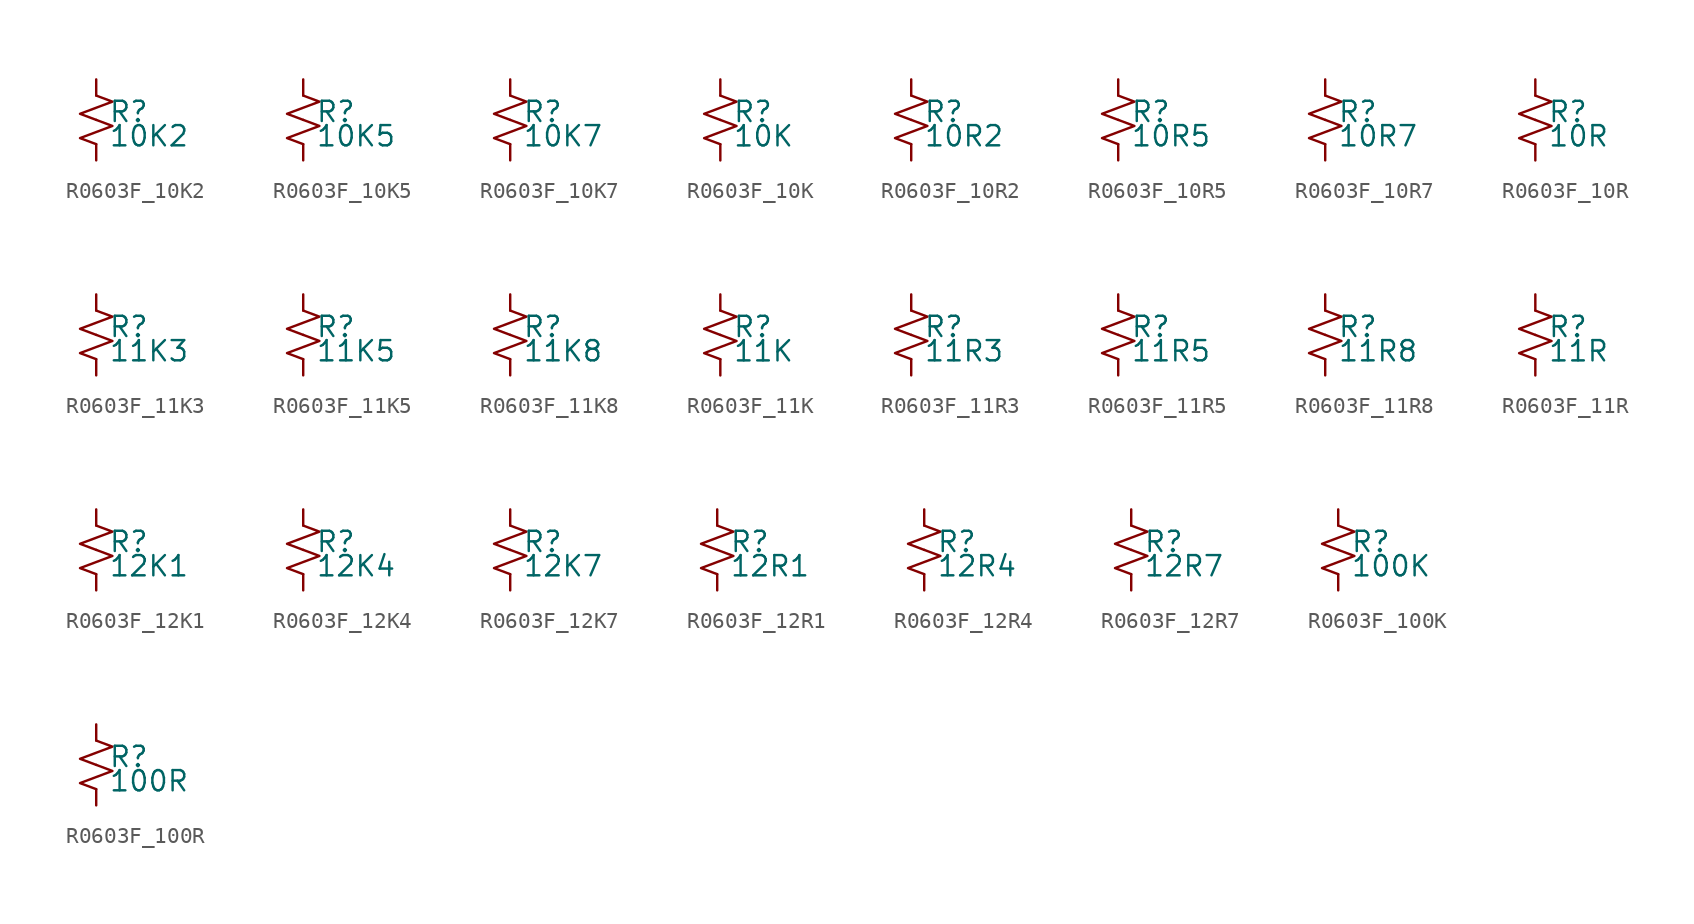
<source format=kicad_sym>
(kicad_symbol_lib
  (version 20220914)
  (generator kicad_symbol_editor)
  (symbol "R0603F_10K2"
    (pin_numbers hide)
    (pin_names
      (offset 0.254) hide)
    (property "Reference" "R"
      (at 0.762 0.508 0)
      (effects (font (size 1.27 1.27)) (justify left)))
    (property "Value" "10K2"
      (at 0.762 -1.016 0)
      (effects (font (size 1.27 1.27)) (justify left)))
    (symbol "R0603F_10K2_1_1"
      (polyline (pts (xy 0 0) (xy 1.016 -0.381) (xy 0 -0.762) (xy -1.016 -1.143) (xy 0 -1.524)) (stroke (width 0) (type default)) (fill (type none)))
      (polyline (pts (xy 0 1.524) (xy 1.016 1.143) (xy 0 0.762) (xy -1.016 0.381) (xy 0 0)) (stroke (width 0) (type default)) (fill (type none)))
      (pin passive line (at 0 2.54 270) (length 1.016) (name "~" (effects (font (size 1.27 1.27)))) (number "1" (effects (font (size 1.27 1.27)))))
      (pin passive line (at 0 -2.54 90) (length 1.016) (name "~" (effects (font (size 1.27 1.27)))) (number "2" (effects (font (size 1.27 1.27)))))))
  (symbol "R0603F_10K5"
    (pin_numbers hide)
    (pin_names
      (offset 0.254) hide)
    (property "Reference" "R"
      (at 0.762 0.508 0)
      (effects (font (size 1.27 1.27)) (justify left)))
    (property "Value" "10K5"
      (at 0.762 -1.016 0)
      (effects (font (size 1.27 1.27)) (justify left)))
    (symbol "R0603F_10K5_1_1"
      (polyline (pts (xy 0 0) (xy 1.016 -0.381) (xy 0 -0.762) (xy -1.016 -1.143) (xy 0 -1.524)) (stroke (width 0) (type default)) (fill (type none)))
      (polyline (pts (xy 0 1.524) (xy 1.016 1.143) (xy 0 0.762) (xy -1.016 0.381) (xy 0 0)) (stroke (width 0) (type default)) (fill (type none)))
      (pin passive line (at 0 2.54 270) (length 1.016) (name "~" (effects (font (size 1.27 1.27)))) (number "1" (effects (font (size 1.27 1.27)))))
      (pin passive line (at 0 -2.54 90) (length 1.016) (name "~" (effects (font (size 1.27 1.27)))) (number "2" (effects (font (size 1.27 1.27)))))))
  (symbol "R0603F_10K7"
    (pin_numbers hide)
    (pin_names
      (offset 0.254) hide)
    (property "Reference" "R"
      (at 0.762 0.508 0)
      (effects (font (size 1.27 1.27)) (justify left)))
    (property "Value" "10K7"
      (at 0.762 -1.016 0)
      (effects (font (size 1.27 1.27)) (justify left)))
    (symbol "R0603F_10K7_1_1"
      (polyline (pts (xy 0 0) (xy 1.016 -0.381) (xy 0 -0.762) (xy -1.016 -1.143) (xy 0 -1.524)) (stroke (width 0) (type default)) (fill (type none)))
      (polyline (pts (xy 0 1.524) (xy 1.016 1.143) (xy 0 0.762) (xy -1.016 0.381) (xy 0 0)) (stroke (width 0) (type default)) (fill (type none)))
      (pin passive line (at 0 2.54 270) (length 1.016) (name "~" (effects (font (size 1.27 1.27)))) (number "1" (effects (font (size 1.27 1.27)))))
      (pin passive line (at 0 -2.54 90) (length 1.016) (name "~" (effects (font (size 1.27 1.27)))) (number "2" (effects (font (size 1.27 1.27)))))))
  (symbol "R0603F_10K"
    (pin_numbers hide)
    (pin_names
      (offset 0.254) hide)
    (property "Reference" "R"
      (at 0.762 0.508 0)
      (effects (font (size 1.27 1.27)) (justify left)))
    (property "Value" "10K"
      (at 0.762 -1.016 0)
      (effects (font (size 1.27 1.27)) (justify left)))
    (symbol "R0603F_10K_1_1"
      (polyline (pts (xy 0 0) (xy 1.016 -0.381) (xy 0 -0.762) (xy -1.016 -1.143) (xy 0 -1.524)) (stroke (width 0) (type default)) (fill (type none)))
      (polyline (pts (xy 0 1.524) (xy 1.016 1.143) (xy 0 0.762) (xy -1.016 0.381) (xy 0 0)) (stroke (width 0) (type default)) (fill (type none)))
      (pin passive line (at 0 2.54 270) (length 1.016) (name "~" (effects (font (size 1.27 1.27)))) (number "1" (effects (font (size 1.27 1.27)))))
      (pin passive line (at 0 -2.54 90) (length 1.016) (name "~" (effects (font (size 1.27 1.27)))) (number "2" (effects (font (size 1.27 1.27)))))))
  (symbol "R0603F_10R2"
    (pin_numbers hide)
    (pin_names
      (offset 0.254) hide)
    (property "Reference" "R"
      (at 0.762 0.508 0)
      (effects (font (size 1.27 1.27)) (justify left)))
    (property "Value" "10R2"
      (at 0.762 -1.016 0)
      (effects (font (size 1.27 1.27)) (justify left)))
    (symbol "R0603F_10R2_1_1"
      (polyline (pts (xy 0 0) (xy 1.016 -0.381) (xy 0 -0.762) (xy -1.016 -1.143) (xy 0 -1.524)) (stroke (width 0) (type default)) (fill (type none)))
      (polyline (pts (xy 0 1.524) (xy 1.016 1.143) (xy 0 0.762) (xy -1.016 0.381) (xy 0 0)) (stroke (width 0) (type default)) (fill (type none)))
      (pin passive line (at 0 2.54 270) (length 1.016) (name "~" (effects (font (size 1.27 1.27)))) (number "1" (effects (font (size 1.27 1.27)))))
      (pin passive line (at 0 -2.54 90) (length 1.016) (name "~" (effects (font (size 1.27 1.27)))) (number "2" (effects (font (size 1.27 1.27)))))))
  (symbol "R0603F_10R5"
    (pin_numbers hide)
    (pin_names
      (offset 0.254) hide)
    (property "Reference" "R"
      (at 0.762 0.508 0)
      (effects (font (size 1.27 1.27)) (justify left)))
    (property "Value" "10R5"
      (at 0.762 -1.016 0)
      (effects (font (size 1.27 1.27)) (justify left)))
    (symbol "R0603F_10R5_1_1"
      (polyline (pts (xy 0 0) (xy 1.016 -0.381) (xy 0 -0.762) (xy -1.016 -1.143) (xy 0 -1.524)) (stroke (width 0) (type default)) (fill (type none)))
      (polyline (pts (xy 0 1.524) (xy 1.016 1.143) (xy 0 0.762) (xy -1.016 0.381) (xy 0 0)) (stroke (width 0) (type default)) (fill (type none)))
      (pin passive line (at 0 2.54 270) (length 1.016) (name "~" (effects (font (size 1.27 1.27)))) (number "1" (effects (font (size 1.27 1.27)))))
      (pin passive line (at 0 -2.54 90) (length 1.016) (name "~" (effects (font (size 1.27 1.27)))) (number "2" (effects (font (size 1.27 1.27)))))))
  (symbol "R0603F_10R7"
    (pin_numbers hide)
    (pin_names
      (offset 0.254) hide)
    (property "Reference" "R"
      (at 0.762 0.508 0)
      (effects (font (size 1.27 1.27)) (justify left)))
    (property "Value" "10R7"
      (at 0.762 -1.016 0)
      (effects (font (size 1.27 1.27)) (justify left)))
    (symbol "R0603F_10R7_1_1"
      (polyline (pts (xy 0 0) (xy 1.016 -0.381) (xy 0 -0.762) (xy -1.016 -1.143) (xy 0 -1.524)) (stroke (width 0) (type default)) (fill (type none)))
      (polyline (pts (xy 0 1.524) (xy 1.016 1.143) (xy 0 0.762) (xy -1.016 0.381) (xy 0 0)) (stroke (width 0) (type default)) (fill (type none)))
      (pin passive line (at 0 2.54 270) (length 1.016) (name "~" (effects (font (size 1.27 1.27)))) (number "1" (effects (font (size 1.27 1.27)))))
      (pin passive line (at 0 -2.54 90) (length 1.016) (name "~" (effects (font (size 1.27 1.27)))) (number "2" (effects (font (size 1.27 1.27)))))))
  (symbol "R0603F_10R"
    (pin_numbers hide)
    (pin_names
      (offset 0.254) hide)
    (property "Reference" "R"
      (at 0.762 0.508 0)
      (effects (font (size 1.27 1.27)) (justify left)))
    (property "Value" "10R"
      (at 0.762 -1.016 0)
      (effects (font (size 1.27 1.27)) (justify left)))
    (symbol "R0603F_10R_1_1"
      (polyline (pts (xy 0 0) (xy 1.016 -0.381) (xy 0 -0.762) (xy -1.016 -1.143) (xy 0 -1.524)) (stroke (width 0) (type default)) (fill (type none)))
      (polyline (pts (xy 0 1.524) (xy 1.016 1.143) (xy 0 0.762) (xy -1.016 0.381) (xy 0 0)) (stroke (width 0) (type default)) (fill (type none)))
      (pin passive line (at 0 2.54 270) (length 1.016) (name "~" (effects (font (size 1.27 1.27)))) (number "1" (effects (font (size 1.27 1.27)))))
      (pin passive line (at 0 -2.54 90) (length 1.016) (name "~" (effects (font (size 1.27 1.27)))) (number "2" (effects (font (size 1.27 1.27)))))))
  (symbol "R0603F_11K3"
    (pin_numbers hide)
    (pin_names
      (offset 0.254) hide)
    (property "Reference" "R"
      (at 0.762 0.508 0)
      (effects (font (size 1.27 1.27)) (justify left)))
    (property "Value" "11K3"
      (at 0.762 -1.016 0)
      (effects (font (size 1.27 1.27)) (justify left)))
    (symbol "R0603F_11K3_1_1"
      (polyline (pts (xy 0 0) (xy 1.016 -0.381) (xy 0 -0.762) (xy -1.016 -1.143) (xy 0 -1.524)) (stroke (width 0) (type default)) (fill (type none)))
      (polyline (pts (xy 0 1.524) (xy 1.016 1.143) (xy 0 0.762) (xy -1.016 0.381) (xy 0 0)) (stroke (width 0) (type default)) (fill (type none)))
      (pin passive line (at 0 2.54 270) (length 1.016) (name "~" (effects (font (size 1.27 1.27)))) (number "1" (effects (font (size 1.27 1.27)))))
      (pin passive line (at 0 -2.54 90) (length 1.016) (name "~" (effects (font (size 1.27 1.27)))) (number "2" (effects (font (size 1.27 1.27)))))))
  (symbol "R0603F_11K5"
    (pin_numbers hide)
    (pin_names
      (offset 0.254) hide)
    (property "Reference" "R"
      (at 0.762 0.508 0)
      (effects (font (size 1.27 1.27)) (justify left)))
    (property "Value" "11K5"
      (at 0.762 -1.016 0)
      (effects (font (size 1.27 1.27)) (justify left)))
    (symbol "R0603F_11K5_1_1"
      (polyline (pts (xy 0 0) (xy 1.016 -0.381) (xy 0 -0.762) (xy -1.016 -1.143) (xy 0 -1.524)) (stroke (width 0) (type default)) (fill (type none)))
      (polyline (pts (xy 0 1.524) (xy 1.016 1.143) (xy 0 0.762) (xy -1.016 0.381) (xy 0 0)) (stroke (width 0) (type default)) (fill (type none)))
      (pin passive line (at 0 2.54 270) (length 1.016) (name "~" (effects (font (size 1.27 1.27)))) (number "1" (effects (font (size 1.27 1.27)))))
      (pin passive line (at 0 -2.54 90) (length 1.016) (name "~" (effects (font (size 1.27 1.27)))) (number "2" (effects (font (size 1.27 1.27)))))))
  (symbol "R0603F_11K8"
    (pin_numbers hide)
    (pin_names
      (offset 0.254) hide)
    (property "Reference" "R"
      (at 0.762 0.508 0)
      (effects (font (size 1.27 1.27)) (justify left)))
    (property "Value" "11K8"
      (at 0.762 -1.016 0)
      (effects (font (size 1.27 1.27)) (justify left)))
    (symbol "R0603F_11K8_1_1"
      (polyline (pts (xy 0 0) (xy 1.016 -0.381) (xy 0 -0.762) (xy -1.016 -1.143) (xy 0 -1.524)) (stroke (width 0) (type default)) (fill (type none)))
      (polyline (pts (xy 0 1.524) (xy 1.016 1.143) (xy 0 0.762) (xy -1.016 0.381) (xy 0 0)) (stroke (width 0) (type default)) (fill (type none)))
      (pin passive line (at 0 2.54 270) (length 1.016) (name "~" (effects (font (size 1.27 1.27)))) (number "1" (effects (font (size 1.27 1.27)))))
      (pin passive line (at 0 -2.54 90) (length 1.016) (name "~" (effects (font (size 1.27 1.27)))) (number "2" (effects (font (size 1.27 1.27)))))))
  (symbol "R0603F_11K"
    (pin_numbers hide)
    (pin_names
      (offset 0.254) hide)
    (property "Reference" "R"
      (at 0.762 0.508 0)
      (effects (font (size 1.27 1.27)) (justify left)))
    (property "Value" "11K"
      (at 0.762 -1.016 0)
      (effects (font (size 1.27 1.27)) (justify left)))
    (symbol "R0603F_11K_1_1"
      (polyline (pts (xy 0 0) (xy 1.016 -0.381) (xy 0 -0.762) (xy -1.016 -1.143) (xy 0 -1.524)) (stroke (width 0) (type default)) (fill (type none)))
      (polyline (pts (xy 0 1.524) (xy 1.016 1.143) (xy 0 0.762) (xy -1.016 0.381) (xy 0 0)) (stroke (width 0) (type default)) (fill (type none)))
      (pin passive line (at 0 2.54 270) (length 1.016) (name "~" (effects (font (size 1.27 1.27)))) (number "1" (effects (font (size 1.27 1.27)))))
      (pin passive line (at 0 -2.54 90) (length 1.016) (name "~" (effects (font (size 1.27 1.27)))) (number "2" (effects (font (size 1.27 1.27)))))))
  (symbol "R0603F_11R3"
    (pin_numbers hide)
    (pin_names
      (offset 0.254) hide)
    (property "Reference" "R"
      (at 0.762 0.508 0)
      (effects (font (size 1.27 1.27)) (justify left)))
    (property "Value" "11R3"
      (at 0.762 -1.016 0)
      (effects (font (size 1.27 1.27)) (justify left)))
    (symbol "R0603F_11R3_1_1"
      (polyline (pts (xy 0 0) (xy 1.016 -0.381) (xy 0 -0.762) (xy -1.016 -1.143) (xy 0 -1.524)) (stroke (width 0) (type default)) (fill (type none)))
      (polyline (pts (xy 0 1.524) (xy 1.016 1.143) (xy 0 0.762) (xy -1.016 0.381) (xy 0 0)) (stroke (width 0) (type default)) (fill (type none)))
      (pin passive line (at 0 2.54 270) (length 1.016) (name "~" (effects (font (size 1.27 1.27)))) (number "1" (effects (font (size 1.27 1.27)))))
      (pin passive line (at 0 -2.54 90) (length 1.016) (name "~" (effects (font (size 1.27 1.27)))) (number "2" (effects (font (size 1.27 1.27)))))))
  (symbol "R0603F_11R5"
    (pin_numbers hide)
    (pin_names
      (offset 0.254) hide)
    (property "Reference" "R"
      (at 0.762 0.508 0)
      (effects (font (size 1.27 1.27)) (justify left)))
    (property "Value" "11R5"
      (at 0.762 -1.016 0)
      (effects (font (size 1.27 1.27)) (justify left)))
    (symbol "R0603F_11R5_1_1"
      (polyline (pts (xy 0 0) (xy 1.016 -0.381) (xy 0 -0.762) (xy -1.016 -1.143) (xy 0 -1.524)) (stroke (width 0) (type default)) (fill (type none)))
      (polyline (pts (xy 0 1.524) (xy 1.016 1.143) (xy 0 0.762) (xy -1.016 0.381) (xy 0 0)) (stroke (width 0) (type default)) (fill (type none)))
      (pin passive line (at 0 2.54 270) (length 1.016) (name "~" (effects (font (size 1.27 1.27)))) (number "1" (effects (font (size 1.27 1.27)))))
      (pin passive line (at 0 -2.54 90) (length 1.016) (name "~" (effects (font (size 1.27 1.27)))) (number "2" (effects (font (size 1.27 1.27)))))))
  (symbol "R0603F_11R8"
    (pin_numbers hide)
    (pin_names
      (offset 0.254) hide)
    (property "Reference" "R"
      (at 0.762 0.508 0)
      (effects (font (size 1.27 1.27)) (justify left)))
    (property "Value" "11R8"
      (at 0.762 -1.016 0)
      (effects (font (size 1.27 1.27)) (justify left)))
    (symbol "R0603F_11R8_1_1"
      (polyline (pts (xy 0 0) (xy 1.016 -0.381) (xy 0 -0.762) (xy -1.016 -1.143) (xy 0 -1.524)) (stroke (width 0) (type default)) (fill (type none)))
      (polyline (pts (xy 0 1.524) (xy 1.016 1.143) (xy 0 0.762) (xy -1.016 0.381) (xy 0 0)) (stroke (width 0) (type default)) (fill (type none)))
      (pin passive line (at 0 2.54 270) (length 1.016) (name "~" (effects (font (size 1.27 1.27)))) (number "1" (effects (font (size 1.27 1.27)))))
      (pin passive line (at 0 -2.54 90) (length 1.016) (name "~" (effects (font (size 1.27 1.27)))) (number "2" (effects (font (size 1.27 1.27)))))))
  (symbol "R0603F_11R"
    (pin_numbers hide)
    (pin_names
      (offset 0.254) hide)
    (property "Reference" "R"
      (at 0.762 0.508 0)
      (effects (font (size 1.27 1.27)) (justify left)))
    (property "Value" "11R"
      (at 0.762 -1.016 0)
      (effects (font (size 1.27 1.27)) (justify left)))
    (symbol "R0603F_11R_1_1"
      (polyline (pts (xy 0 0) (xy 1.016 -0.381) (xy 0 -0.762) (xy -1.016 -1.143) (xy 0 -1.524)) (stroke (width 0) (type default)) (fill (type none)))
      (polyline (pts (xy 0 1.524) (xy 1.016 1.143) (xy 0 0.762) (xy -1.016 0.381) (xy 0 0)) (stroke (width 0) (type default)) (fill (type none)))
      (pin passive line (at 0 2.54 270) (length 1.016) (name "~" (effects (font (size 1.27 1.27)))) (number "1" (effects (font (size 1.27 1.27)))))
      (pin passive line (at 0 -2.54 90) (length 1.016) (name "~" (effects (font (size 1.27 1.27)))) (number "2" (effects (font (size 1.27 1.27)))))))
  (symbol "R0603F_12K1"
    (pin_numbers hide)
    (pin_names
      (offset 0.254) hide)
    (property "Reference" "R"
      (at 0.762 0.508 0)
      (effects (font (size 1.27 1.27)) (justify left)))
    (property "Value" "12K1"
      (at 0.762 -1.016 0)
      (effects (font (size 1.27 1.27)) (justify left)))
    (symbol "R0603F_12K1_1_1"
      (polyline (pts (xy 0 0) (xy 1.016 -0.381) (xy 0 -0.762) (xy -1.016 -1.143) (xy 0 -1.524)) (stroke (width 0) (type default)) (fill (type none)))
      (polyline (pts (xy 0 1.524) (xy 1.016 1.143) (xy 0 0.762) (xy -1.016 0.381) (xy 0 0)) (stroke (width 0) (type default)) (fill (type none)))
      (pin passive line (at 0 2.54 270) (length 1.016) (name "~" (effects (font (size 1.27 1.27)))) (number "1" (effects (font (size 1.27 1.27)))))
      (pin passive line (at 0 -2.54 90) (length 1.016) (name "~" (effects (font (size 1.27 1.27)))) (number "2" (effects (font (size 1.27 1.27)))))))
  (symbol "R0603F_12K4"
    (pin_numbers hide)
    (pin_names
      (offset 0.254) hide)
    (property "Reference" "R"
      (at 0.762 0.508 0)
      (effects (font (size 1.27 1.27)) (justify left)))
    (property "Value" "12K4"
      (at 0.762 -1.016 0)
      (effects (font (size 1.27 1.27)) (justify left)))
    (symbol "R0603F_12K4_1_1"
      (polyline (pts (xy 0 0) (xy 1.016 -0.381) (xy 0 -0.762) (xy -1.016 -1.143) (xy 0 -1.524)) (stroke (width 0) (type default)) (fill (type none)))
      (polyline (pts (xy 0 1.524) (xy 1.016 1.143) (xy 0 0.762) (xy -1.016 0.381) (xy 0 0)) (stroke (width 0) (type default)) (fill (type none)))
      (pin passive line (at 0 2.54 270) (length 1.016) (name "~" (effects (font (size 1.27 1.27)))) (number "1" (effects (font (size 1.27 1.27)))))
      (pin passive line (at 0 -2.54 90) (length 1.016) (name "~" (effects (font (size 1.27 1.27)))) (number "2" (effects (font (size 1.27 1.27)))))))
  (symbol "R0603F_12K7"
    (pin_numbers hide)
    (pin_names
      (offset 0.254) hide)
    (property "Reference" "R"
      (at 0.762 0.508 0)
      (effects (font (size 1.27 1.27)) (justify left)))
    (property "Value" "12K7"
      (at 0.762 -1.016 0)
      (effects (font (size 1.27 1.27)) (justify left)))
    (symbol "R0603F_12K7_1_1"
      (polyline (pts (xy 0 0) (xy 1.016 -0.381) (xy 0 -0.762) (xy -1.016 -1.143) (xy 0 -1.524)) (stroke (width 0) (type default)) (fill (type none)))
      (polyline (pts (xy 0 1.524) (xy 1.016 1.143) (xy 0 0.762) (xy -1.016 0.381) (xy 0 0)) (stroke (width 0) (type default)) (fill (type none)))
      (pin passive line (at 0 2.54 270) (length 1.016) (name "~" (effects (font (size 1.27 1.27)))) (number "1" (effects (font (size 1.27 1.27)))))
      (pin passive line (at 0 -2.54 90) (length 1.016) (name "~" (effects (font (size 1.27 1.27)))) (number "2" (effects (font (size 1.27 1.27)))))))
  (symbol "R0603F_12R1"
    (pin_numbers hide)
    (pin_names
      (offset 0.254) hide)
    (property "Reference" "R"
      (at 0.762 0.508 0)
      (effects (font (size 1.27 1.27)) (justify left)))
    (property "Value" "12R1"
      (at 0.762 -1.016 0)
      (effects (font (size 1.27 1.27)) (justify left)))
    (symbol "R0603F_12R1_1_1"
      (polyline (pts (xy 0 0) (xy 1.016 -0.381) (xy 0 -0.762) (xy -1.016 -1.143) (xy 0 -1.524)) (stroke (width 0) (type default)) (fill (type none)))
      (polyline (pts (xy 0 1.524) (xy 1.016 1.143) (xy 0 0.762) (xy -1.016 0.381) (xy 0 0)) (stroke (width 0) (type default)) (fill (type none)))
      (pin passive line (at 0 2.54 270) (length 1.016) (name "~" (effects (font (size 1.27 1.27)))) (number "1" (effects (font (size 1.27 1.27)))))
      (pin passive line (at 0 -2.54 90) (length 1.016) (name "~" (effects (font (size 1.27 1.27)))) (number "2" (effects (font (size 1.27 1.27)))))))
  (symbol "R0603F_12R4"
    (pin_numbers hide)
    (pin_names
      (offset 0.254) hide)
    (property "Reference" "R"
      (at 0.762 0.508 0)
      (effects (font (size 1.27 1.27)) (justify left)))
    (property "Value" "12R4"
      (at 0.762 -1.016 0)
      (effects (font (size 1.27 1.27)) (justify left)))
    (symbol "R0603F_12R4_1_1"
      (polyline (pts (xy 0 0) (xy 1.016 -0.381) (xy 0 -0.762) (xy -1.016 -1.143) (xy 0 -1.524)) (stroke (width 0) (type default)) (fill (type none)))
      (polyline (pts (xy 0 1.524) (xy 1.016 1.143) (xy 0 0.762) (xy -1.016 0.381) (xy 0 0)) (stroke (width 0) (type default)) (fill (type none)))
      (pin passive line (at 0 2.54 270) (length 1.016) (name "~" (effects (font (size 1.27 1.27)))) (number "1" (effects (font (size 1.27 1.27)))))
      (pin passive line (at 0 -2.54 90) (length 1.016) (name "~" (effects (font (size 1.27 1.27)))) (number "2" (effects (font (size 1.27 1.27)))))))
  (symbol "R0603F_12R7"
    (pin_numbers hide)
    (pin_names
      (offset 0.254) hide)
    (property "Reference" "R"
      (at 0.762 0.508 0)
      (effects (font (size 1.27 1.27)) (justify left)))
    (property "Value" "12R7"
      (at 0.762 -1.016 0)
      (effects (font (size 1.27 1.27)) (justify left)))
    (symbol "R0603F_12R7_1_1"
      (polyline (pts (xy 0 0) (xy 1.016 -0.381) (xy 0 -0.762) (xy -1.016 -1.143) (xy 0 -1.524)) (stroke (width 0) (type default)) (fill (type none)))
      (polyline (pts (xy 0 1.524) (xy 1.016 1.143) (xy 0 0.762) (xy -1.016 0.381) (xy 0 0)) (stroke (width 0) (type default)) (fill (type none)))
      (pin passive line (at 0 2.54 270) (length 1.016) (name "~" (effects (font (size 1.27 1.27)))) (number "1" (effects (font (size 1.27 1.27)))))
      (pin passive line (at 0 -2.54 90) (length 1.016) (name "~" (effects (font (size 1.27 1.27)))) (number "2" (effects (font (size 1.27 1.27)))))))
  (symbol "R0603F_100K"
    (pin_numbers hide)
    (pin_names
      (offset 0.254) hide)
    (property "Reference" "R"
      (at 0.762 0.508 0)
      (effects (font (size 1.27 1.27)) (justify left)))
    (property "Value" "100K"
      (at 0.762 -1.016 0)
      (effects (font (size 1.27 1.27)) (justify left)))
    (symbol "R0603F_100K_1_1"
      (polyline (pts (xy 0 0) (xy 1.016 -0.381) (xy 0 -0.762) (xy -1.016 -1.143) (xy 0 -1.524)) (stroke (width 0) (type default)) (fill (type none)))
      (polyline (pts (xy 0 1.524) (xy 1.016 1.143) (xy 0 0.762) (xy -1.016 0.381) (xy 0 0)) (stroke (width 0) (type default)) (fill (type none)))
      (pin passive line (at 0 2.54 270) (length 1.016) (name "~" (effects (font (size 1.27 1.27)))) (number "1" (effects (font (size 1.27 1.27)))))
      (pin passive line (at 0 -2.54 90) (length 1.016) (name "~" (effects (font (size 1.27 1.27)))) (number "2" (effects (font (size 1.27 1.27)))))))
  (symbol "R0603F_100R"
    (pin_numbers hide)
    (pin_names
      (offset 0.254) hide)
    (property "Reference" "R"
      (at 0.762 0.508 0)
      (effects (font (size 1.27 1.27)) (justify left)))
    (property "Value" "100R"
      (at 0.762 -1.016 0)
      (effects (font (size 1.27 1.27)) (justify left)))
    (symbol "R0603F_100R_1_1"
      (polyline (pts (xy 0 0) (xy 1.016 -0.381) (xy 0 -0.762) (xy -1.016 -1.143) (xy 0 -1.524)) (stroke (width 0) (type default)) (fill (type none)))
      (polyline (pts (xy 0 1.524) (xy 1.016 1.143) (xy 0 0.762) (xy -1.016 0.381) (xy 0 0)) (stroke (width 0) (type default)) (fill (type none)))
      (pin passive line (at 0 2.54 270) (length 1.016) (name "~" (effects (font (size 1.27 1.27)))) (number "1" (effects (font (size 1.27 1.27)))))
      (pin passive line (at 0 -2.54 90) (length 1.016) (name "~" (effects (font (size 1.27 1.27)))) (number "2" (effects (font (size 1.27 1.27))))))))
</source>
